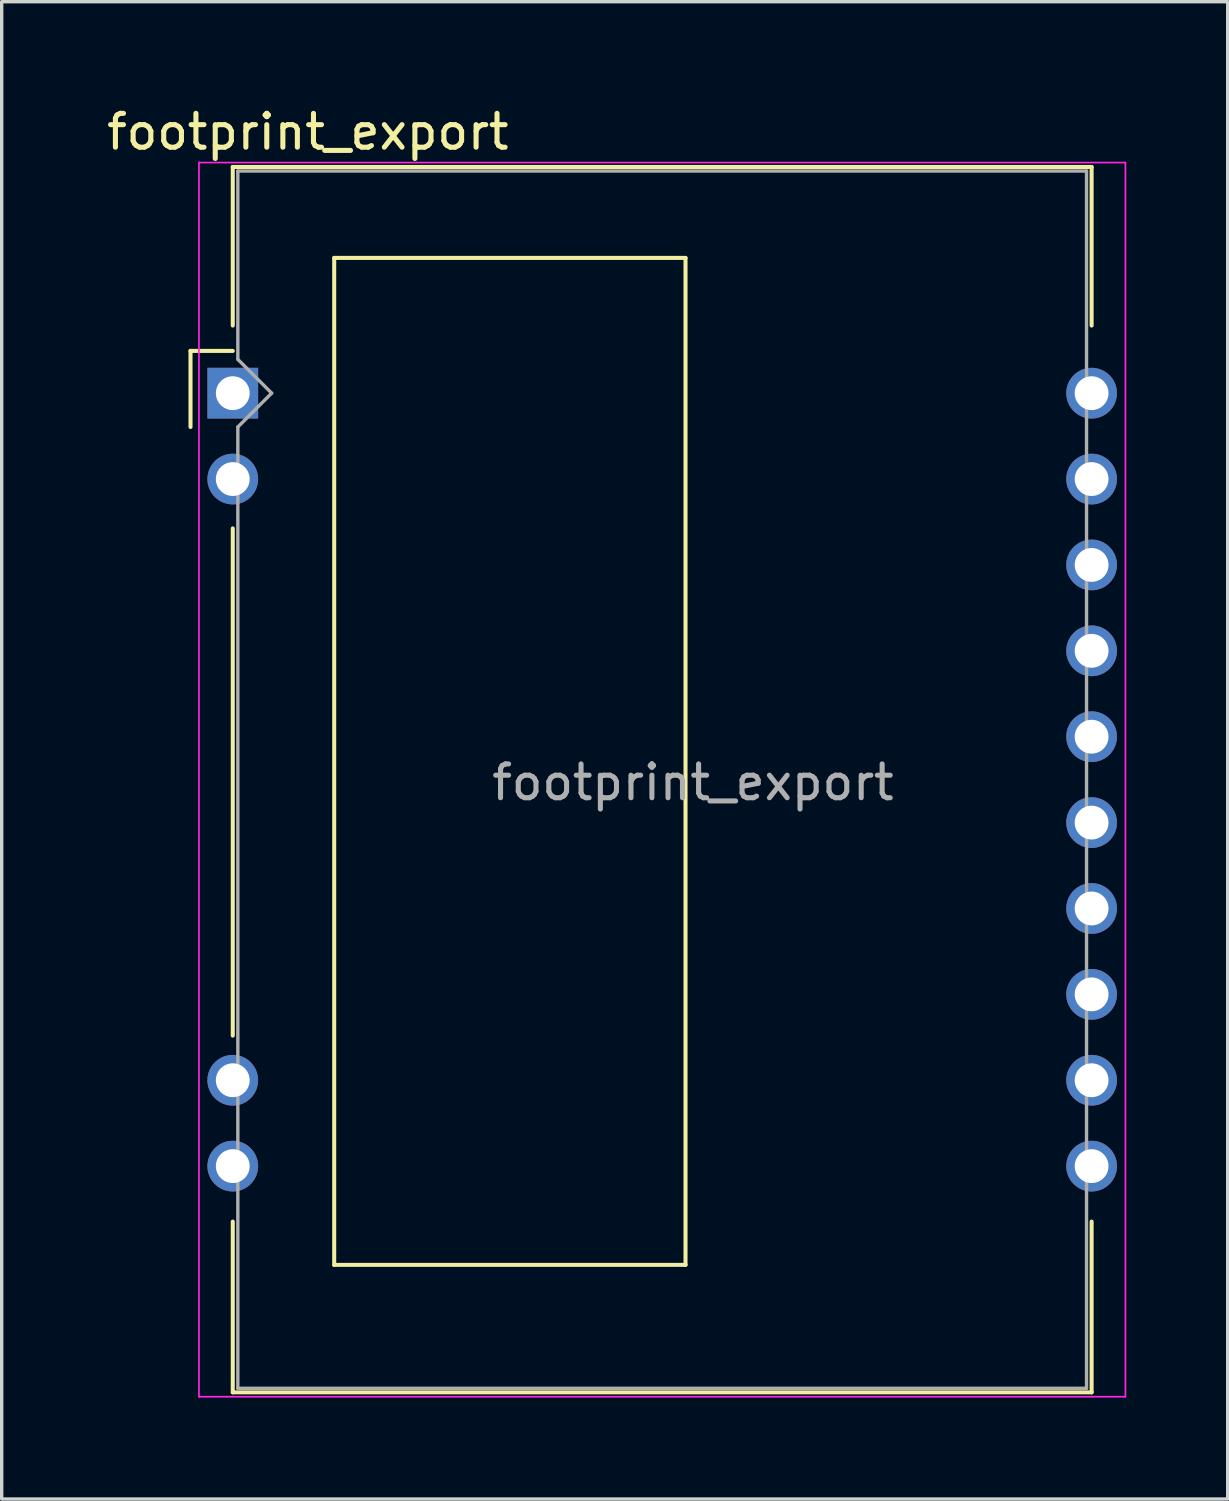
<source format=kicad_pcb>
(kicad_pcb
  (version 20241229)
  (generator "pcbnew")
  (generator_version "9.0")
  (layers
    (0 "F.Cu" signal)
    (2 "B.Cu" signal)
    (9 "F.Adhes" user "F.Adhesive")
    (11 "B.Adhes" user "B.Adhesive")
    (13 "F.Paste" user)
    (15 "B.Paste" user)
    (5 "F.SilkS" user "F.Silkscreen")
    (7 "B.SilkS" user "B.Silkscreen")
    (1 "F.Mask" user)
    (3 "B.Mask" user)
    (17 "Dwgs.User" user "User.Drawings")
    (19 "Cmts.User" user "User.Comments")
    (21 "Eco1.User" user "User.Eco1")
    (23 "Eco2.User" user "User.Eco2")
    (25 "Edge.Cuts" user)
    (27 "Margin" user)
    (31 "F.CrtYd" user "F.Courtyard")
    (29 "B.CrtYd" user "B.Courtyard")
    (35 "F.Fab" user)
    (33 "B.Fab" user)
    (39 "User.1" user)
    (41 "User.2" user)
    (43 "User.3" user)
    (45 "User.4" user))
  (footprint "footprint_export"
    (layer "F.Cu")
    (at 3.834 8.578)
    (property "Reference" "footprint_export" (at 2.22 -7.73 0) (layer "F.SilkS") (effects (font (size 1 1) (thickness 0.15))))
    (attr through_hole)
    (fp_line (start -1.25 -1.25) (end -1.25 1) (stroke (width 0.12) (type solid)) (layer "F.SilkS"))
    (fp_line (start -1.25 -1.25) (end 0 -1.25) (stroke (width 0.12) (type solid)) (layer "F.SilkS"))
    (fp_line (start 0 -6.69) (end 25.4 -6.69) (stroke (width 0.12) (type solid)) (layer "F.SilkS"))
    (fp_line (start 0 -2) (end 0 -6.69) (stroke (width 0.12) (type solid)) (layer "F.SilkS"))
    (fp_line (start 0 4) (end 0 19) (stroke (width 0.12) (type solid)) (layer "F.SilkS"))
    (fp_line (start 0 24.5) (end 0 29.55) (stroke (width 0.12) (type solid)) (layer "F.SilkS"))
    (fp_line (start 3 -4) (end 3 25.78) (stroke (width 0.12) (type solid)) (layer "F.SilkS"))
    (fp_line (start 3 25.78) (end 13.39 25.78) (stroke (width 0.12) (type solid)) (layer "F.SilkS"))
    (fp_line (start 13.39 -4) (end 3 -4) (stroke (width 0.12) (type solid)) (layer "F.SilkS"))
    (fp_line (start 13.39 25.78) (end 13.39 -4) (stroke (width 0.12) (type solid)) (layer "F.SilkS"))
    (fp_line (start 25.4 -6.69) (end 25.4 -2) (stroke (width 0.12) (type solid)) (layer "F.SilkS"))
    (fp_line (start 25.4 24.5) (end 25.4 29.55) (stroke (width 0.12) (type solid)) (layer "F.SilkS"))
    (fp_line (start 25.4 29.55) (end 0 29.55) (stroke (width 0.12) (type solid)) (layer "F.SilkS"))
    (fp_line (start -1 -6.82) (end 26.4 -6.82) (stroke (width 0.05) (type solid)) (layer "F.CrtYd"))
    (fp_line (start -1 29.68) (end -1 -6.82) (stroke (width 0.05) (type solid)) (layer "F.CrtYd"))
    (fp_line (start 26.4 -6.82) (end 26.4 29.68) (stroke (width 0.05) (type solid)) (layer "F.CrtYd"))
    (fp_line (start 26.4 29.68) (end -1 29.68) (stroke (width 0.05) (type solid)) (layer "F.CrtYd"))
    (fp_line (start 0.15 -6.57) (end 25.25 -6.57) (stroke (width 0.1) (type solid)) (layer "F.Fab"))
    (fp_line (start 0.15 -1) (end 0.15 -6.57) (stroke (width 0.1) (type solid)) (layer "F.Fab"))
    (fp_line (start 0.15 -1) (end 1.15 0) (stroke (width 0.1) (type solid)) (layer "F.Fab"))
    (fp_line (start 0.15 1) (end 0.15 29.43) (stroke (width 0.1) (type solid)) (layer "F.Fab"))
    (fp_line (start 1.15 0) (end 0.15 1) (stroke (width 0.1) (type solid)) (layer "F.Fab"))
    (fp_line (start 25.25 -6.57) (end 25.25 29.43) (stroke (width 0.1) (type solid)) (layer "F.Fab"))
    (fp_line (start 25.25 29.43) (end 0.15 29.43) (stroke (width 0.1) (type solid)) (layer "F.Fab"))
    (fp_text user "${REFERENCE}" (at 13.61 11.51 0) (layer "F.Fab") (effects (font (size 1 1) (thickness 0.15))))
    (pad "1" thru_hole rect (at 0 0) (size 1.5 1.5) (drill 1) (layers "*.Cu" "*.Mask"))
    (pad "2" thru_hole circle (at 0 2.54) (size 1.5 1.5) (drill 1) (layers "*.Cu" "*.Mask"))
    (pad "9" thru_hole circle (at 0 20.32) (size 1.5 1.5) (drill 1) (layers "*.Cu" "*.Mask"))
    (pad "10" thru_hole circle (at 0 22.86) (size 1.5 1.5) (drill 1) (layers "*.Cu" "*.Mask"))
    (pad "11" thru_hole circle (at 25.4 22.86) (size 1.5 1.5) (drill 1) (layers "*.Cu" "*.Mask"))
    (pad "12" thru_hole circle (at 25.4 20.32) (size 1.5 1.5) (drill 1) (layers "*.Cu" "*.Mask"))
    (pad "13" thru_hole circle (at 25.4 17.78) (size 1.5 1.5) (drill 1) (layers "*.Cu" "*.Mask"))
    (pad "14" thru_hole circle (at 25.4 15.24) (size 1.5 1.5) (drill 1) (layers "*.Cu" "*.Mask"))
    (pad "15" thru_hole circle (at 25.4 12.7) (size 1.5 1.5) (drill 1) (layers "*.Cu" "*.Mask"))
    (pad "16" thru_hole circle (at 25.4 10.16) (size 1.5 1.5) (drill 1) (layers "*.Cu" "*.Mask"))
    (pad "17" thru_hole circle (at 25.4 7.62) (size 1.5 1.5) (drill 1) (layers "*.Cu" "*.Mask"))
    (pad "18" thru_hole circle (at 25.4 5.08) (size 1.5 1.5) (drill 1) (layers "*.Cu" "*.Mask"))
    (pad "19" thru_hole circle (at 25.4 2.54) (size 1.5 1.5) (drill 1) (layers "*.Cu" "*.Mask"))
    (pad "20" thru_hole circle (at 25.4 0) (size 1.5 1.5) (drill 1) (layers "*.Cu" "*.Mask")))
  (gr_rect
    (start -3 -3)
    (end 33.259 41.283)
    (stroke (width 0.1) (type default))
    (fill no)
    (layer "Edge.Cuts")))
</source>
